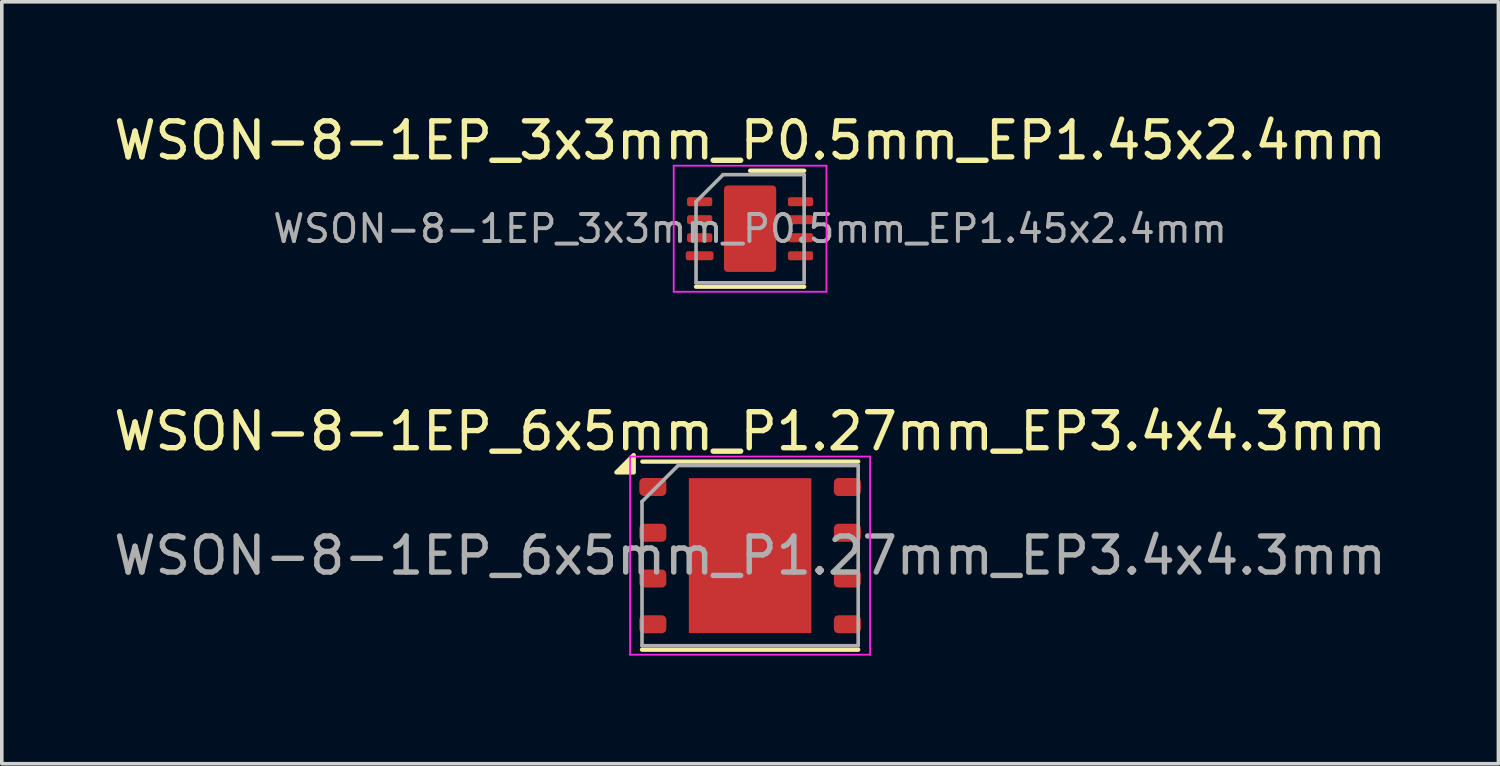
<source format=kicad_pcb>
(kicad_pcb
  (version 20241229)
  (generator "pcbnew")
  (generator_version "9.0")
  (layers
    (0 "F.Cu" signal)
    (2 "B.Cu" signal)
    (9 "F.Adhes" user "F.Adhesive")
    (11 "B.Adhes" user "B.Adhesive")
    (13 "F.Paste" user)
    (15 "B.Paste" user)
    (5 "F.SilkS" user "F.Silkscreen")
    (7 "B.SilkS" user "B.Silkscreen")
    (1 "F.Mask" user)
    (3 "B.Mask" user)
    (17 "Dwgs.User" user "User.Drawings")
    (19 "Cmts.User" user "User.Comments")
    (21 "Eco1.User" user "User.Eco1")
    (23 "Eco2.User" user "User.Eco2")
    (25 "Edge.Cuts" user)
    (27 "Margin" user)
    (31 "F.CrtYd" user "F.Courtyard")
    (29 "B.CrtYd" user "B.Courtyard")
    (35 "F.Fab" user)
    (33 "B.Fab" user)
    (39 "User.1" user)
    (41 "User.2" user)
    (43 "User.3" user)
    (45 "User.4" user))
  (footprint "WSON-8-1EP_6x5mm_P1.27mm_EP3.4x4.3mm"
    (layer "F.Cu")
    (at 17.768 12.371)
    (property "Reference" "WSON-8-1EP_6x5mm_P1.27mm_EP3.4x4.3mm" (at 0 -3.45 0) (layer "F.SilkS") (effects (font (size 1 1) (thickness 0.15))))
    (attr smd)
    (fp_line (start -3 2.61) (end 3 2.61) (stroke (width 0.12) (type solid)) (layer "F.SilkS"))
    (fp_line (start -2.99 -2.61) (end 3 -2.61) (stroke (width 0.12) (type solid)) (layer "F.SilkS"))
    (fp_poly (pts (xy -3.23 -2.31) (xy -3.71 -2.31) (xy -3.23 -2.79) (xy -3.23 -2.31)) (stroke (width 0.12) (type solid)) (fill yes) (layer "F.SilkS"))
    (fp_line (start -3.33 -2.75) (end -3.33 2.75) (stroke (width 0.05) (type solid)) (layer "F.CrtYd"))
    (fp_line (start -3.33 2.75) (end 3.33 2.75) (stroke (width 0.05) (type solid)) (layer "F.CrtYd"))
    (fp_line (start 3.33 -2.75) (end -3.33 -2.75) (stroke (width 0.05) (type solid)) (layer "F.CrtYd"))
    (fp_line (start 3.33 2.75) (end 3.33 -2.75) (stroke (width 0.05) (type solid)) (layer "F.CrtYd"))
    (fp_line (start -3 -1.5) (end -2 -2.5) (stroke (width 0.1) (type solid)) (layer "F.Fab"))
    (fp_line (start -3 2.5) (end -3 -1.5) (stroke (width 0.1) (type solid)) (layer "F.Fab"))
    (fp_line (start -2 -2.5) (end 3 -2.5) (stroke (width 0.1) (type solid)) (layer "F.Fab"))
    (fp_line (start 3 -2.5) (end 3 2.5) (stroke (width 0.1) (type solid)) (layer "F.Fab"))
    (fp_line (start 3 2.5) (end -3 2.5) (stroke (width 0.1) (type solid)) (layer "F.Fab"))
    (fp_text user "${REFERENCE}" (at 0 0 0) (layer "F.Fab") (effects (font (size 1 1) (thickness 0.15))))
    (pad "" smd roundrect (at -0.85 -1.075) (size 1.37 1.73) (layers "F.Paste") (roundrect_rratio 0.182))
    (pad "" smd roundrect (at -0.85 1.075) (size 1.37 1.73) (layers "F.Paste") (roundrect_rratio 0.182))
    (pad "" smd roundrect (at 0.85 -1.075) (size 1.37 1.73) (layers "F.Paste") (roundrect_rratio 0.182))
    (pad "" smd roundrect (at 0.85 1.075) (size 1.37 1.73) (layers "F.Paste") (roundrect_rratio 0.182))
    (pad "1" smd roundrect (at -2.7 -1.905) (size 0.75 0.5) (layers "F.Cu" "F.Mask" "F.Paste") (roundrect_rratio 0.25))
    (pad "2" smd roundrect (at -2.7 -0.635) (size 0.75 0.5) (layers "F.Cu" "F.Mask" "F.Paste") (roundrect_rratio 0.25))
    (pad "3" smd roundrect (at -2.7 0.635) (size 0.75 0.5) (layers "F.Cu" "F.Mask" "F.Paste") (roundrect_rratio 0.25))
    (pad "4" smd roundrect (at -2.7 1.905) (size 0.75 0.5) (layers "F.Cu" "F.Mask" "F.Paste") (roundrect_rratio 0.25))
    (pad "5" smd roundrect (at 2.7 1.905) (size 0.75 0.5) (layers "F.Cu" "F.Mask" "F.Paste") (roundrect_rratio 0.25))
    (pad "6" smd roundrect (at 2.7 0.635) (size 0.75 0.5) (layers "F.Cu" "F.Mask" "F.Paste") (roundrect_rratio 0.25))
    (pad "7" smd roundrect (at 2.7 -0.635) (size 0.75 0.5) (layers "F.Cu" "F.Mask" "F.Paste") (roundrect_rratio 0.25))
    (pad "8" smd roundrect (at 2.7 -1.905) (size 0.75 0.5) (layers "F.Cu" "F.Mask" "F.Paste") (roundrect_rratio 0.25))
    (pad "9" smd rect (at 0 0) (size 3.4 4.3) (property pad_prop_heatsink) (layers "F.Cu" "F.Mask")))
  (footprint "WSON-8-1EP_3x3mm_P0.5mm_EP1.45x2.4mm"
    (layer "F.Cu")
    (at 17.768 3.298)
    (property "Reference" "WSON-8-1EP_3x3mm_P0.5mm_EP1.45x2.4mm" (at 0 -2.45 0) (layer "F.SilkS") (effects (font (size 1 1) (thickness 0.15))))
    (attr smd)
    (fp_line (start -1.5 1.61) (end 1.5 1.61) (stroke (width 0.12) (type solid)) (layer "F.SilkS"))
    (fp_line (start 0 -1.61) (end 1.5 -1.61) (stroke (width 0.12) (type solid)) (layer "F.SilkS"))
    (fp_line (start -2.12 -1.75) (end -2.12 1.75) (stroke (width 0.05) (type solid)) (layer "F.CrtYd"))
    (fp_line (start -2.12 1.75) (end 2.12 1.75) (stroke (width 0.05) (type solid)) (layer "F.CrtYd"))
    (fp_line (start 2.12 -1.75) (end -2.12 -1.75) (stroke (width 0.05) (type solid)) (layer "F.CrtYd"))
    (fp_line (start 2.12 1.75) (end 2.12 -1.75) (stroke (width 0.05) (type solid)) (layer "F.CrtYd"))
    (fp_line (start -1.5 -0.75) (end -0.75 -1.5) (stroke (width 0.1) (type solid)) (layer "F.Fab"))
    (fp_line (start -1.5 1.5) (end -1.5 -0.75) (stroke (width 0.1) (type solid)) (layer "F.Fab"))
    (fp_line (start -0.75 -1.5) (end 1.5 -1.5) (stroke (width 0.1) (type solid)) (layer "F.Fab"))
    (fp_line (start 1.5 -1.5) (end 1.5 1.5) (stroke (width 0.1) (type solid)) (layer "F.Fab"))
    (fp_line (start 1.5 1.5) (end -1.5 1.5) (stroke (width 0.1) (type solid)) (layer "F.Fab"))
    (fp_text user "${REFERENCE}" (at 0 0 0) (layer "F.Fab") (effects (font (size 0.75 0.75) (thickness 0.11))))
    (pad "" smd roundrect (at 0 -0.6) (size 1.17 0.97) (layers "F.Paste") (roundrect_rratio 0.25))
    (pad "" smd roundrect (at 0 0.6) (size 1.17 0.97) (layers "F.Paste") (roundrect_rratio 0.25))
    (pad "1" smd roundrect (at -1.4 -0.75) (size 0.7 0.25) (layers "F.Cu" "F.Mask" "F.Paste") (roundrect_rratio 0.25))
    (pad "2" smd roundrect (at -1.4 -0.25) (size 0.7 0.25) (layers "F.Cu" "F.Mask" "F.Paste") (roundrect_rratio 0.25))
    (pad "3" smd roundrect (at -1.4 0.25) (size 0.7 0.25) (layers "F.Cu" "F.Mask" "F.Paste") (roundrect_rratio 0.25))
    (pad "4" smd roundrect (at -1.4 0.75) (size 0.77 0.25) (layers "F.Cu" "F.Mask" "F.Paste") (roundrect_rratio 0.25))
    (pad "5" smd roundrect (at 1.4 0.75) (size 0.7 0.25) (layers "F.Cu" "F.Mask" "F.Paste") (roundrect_rratio 0.25))
    (pad "6" smd roundrect (at 1.4 0.25) (size 0.7 0.25) (layers "F.Cu" "F.Mask" "F.Paste") (roundrect_rratio 0.25))
    (pad "7" smd roundrect (at 1.4 -0.25) (size 0.7 0.25) (layers "F.Cu" "F.Mask" "F.Paste") (roundrect_rratio 0.25))
    (pad "8" smd roundrect (at 1.4 -0.75) (size 0.7 0.25) (layers "F.Cu" "F.Mask" "F.Paste") (roundrect_rratio 0.25))
    (pad "9" smd roundrect (at 0 0) (size 1.45 2.4) (layers "F.Cu" "F.Mask") (roundrect_rratio 0.069)))
  (gr_rect
    (start -3 -3)
    (end 38.536 18.146)
    (stroke (width 0.1) (type default))
    (fill no)
    (layer "Edge.Cuts")))
</source>
